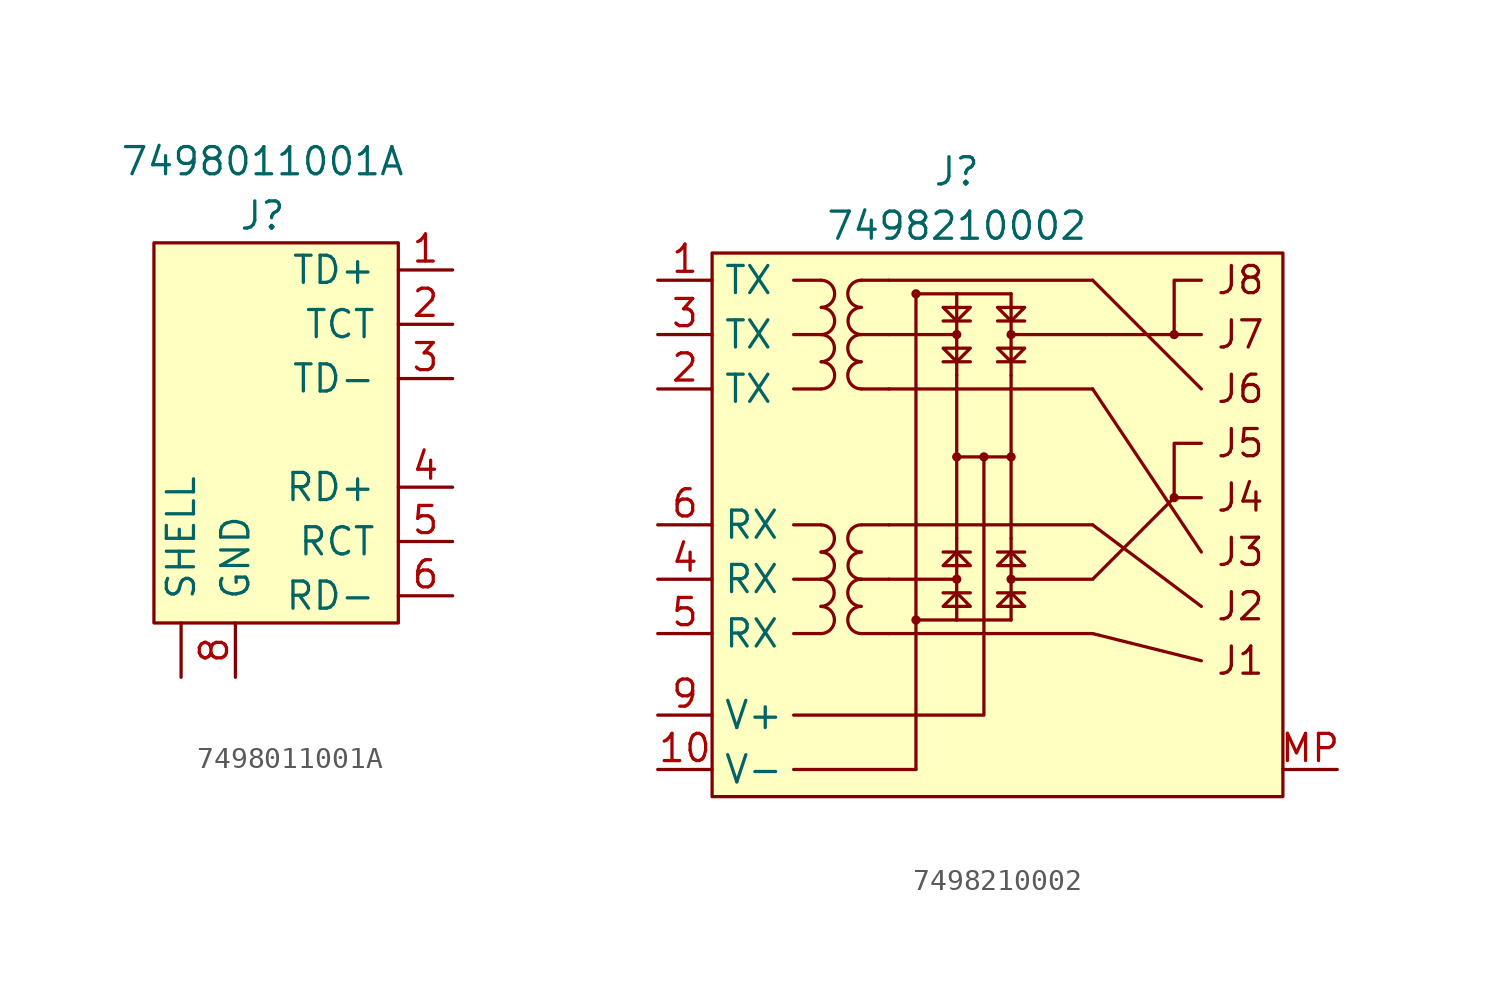
<source format=kicad_sym>
(kicad_symbol_lib
  (version 20211014)
  (generator kicad_symbol_editor)
  (symbol "7498011001A"
    (pin_names
      (offset 1.016))
    (property "Reference" "J"
      (at 0 10.16 0)
      (effects (font (size 1.27 1.27))))
    (property "Value" "7498011001A"
      (at 0 12.7 0)
      (effects (font (size 1.27 1.27))))
    (symbol "7498011001A_0_1"
      (rectangle (start 6.35 -8.89) (end -5.08 8.89) (stroke (width 0) (type default) (color 0 0 0 0)) (fill (type background))))
    (symbol "7498011001A_1_1"
      (pin input line (at 8.89 7.62 180) (length 2.54) (name "TD+" (effects (font (size 1.27 1.27)))) (number "1" (effects (font (size 1.27 1.27)))))
      (pin input line (at 8.89 5.08 180) (length 2.54) (name "TCT" (effects (font (size 1.27 1.27)))) (number "2" (effects (font (size 1.27 1.27)))))
      (pin input line (at 8.89 2.54 180) (length 2.54) (name "TD-" (effects (font (size 1.27 1.27)))) (number "3" (effects (font (size 1.27 1.27)))))
      (pin input line (at 8.89 -2.54 180) (length 2.54) (name "RD+" (effects (font (size 1.27 1.27)))) (number "4" (effects (font (size 1.27 1.27)))))
      (pin input line (at 8.89 -5.08 180) (length 2.54) (name "RCT" (effects (font (size 1.27 1.27)))) (number "5" (effects (font (size 1.27 1.27)))))
      (pin input line (at 8.89 -7.62 180) (length 2.54) (name "RD-" (effects (font (size 1.27 1.27)))) (number "6" (effects (font (size 1.27 1.27)))))
      (pin input line (at -1.27 -11.43 90) (length 2.54) (name "GND" (effects (font (size 1.27 1.27)))) (number "8" (effects (font (size 1.27 1.27)))))
      (pin input line (at -3.81 -11.43 90) (length 2.54) (name "SHELL" (effects (font (size 1.27 1.27)))) (number "~" (effects (font (size 1.27 1.27)))))))
  (symbol "7498210002"
    (property "Reference" "J"
      (at 0 16.51 0)
      (effects (font (size 1.27 1.27))))
    (property "Value" "7498210002"
      (at 0 13.97 0)
      (effects (font (size 1.27 1.27))))
    (symbol "7498210002_0_0"
      (text "J1" (at 12.065 -6.35 0) (effects (font (size 1.27 1.27)) (justify left)))
      (text "J2" (at 12.065 -3.81 0) (effects (font (size 1.27 1.27)) (justify left)))
      (text "J3" (at 12.065 -1.27 0) (effects (font (size 1.27 1.27)) (justify left)))
      (text "J4" (at 12.065 1.27 0) (effects (font (size 1.27 1.27)) (justify left)))
      (text "J5" (at 12.065 3.81 0) (effects (font (size 1.27 1.27)) (justify left)))
      (text "J6" (at 12.065 6.35 0) (effects (font (size 1.27 1.27)) (justify left)))
      (text "J7" (at 12.065 8.89 0) (effects (font (size 1.27 1.27)) (justify left)))
      (text "J8" (at 12.065 11.43 0) (effects (font (size 1.27 1.27)) (justify left))))
    (symbol "7498210002_0_1"
      (rectangle (start -11.43 12.7) (end 15.24 -12.7) (stroke (width 0) (type default) (color 0 0 0 0)) (fill (type background)))
      (arc (start -6.35 -3.81) (mid -5.7262 -3.175) (end -6.35 -2.54) (stroke (width 0) (type default) (color 0 0 0 0)) (fill (type none)))
      (arc (start -6.3387 -5.08) (mid -5.7149 -4.445) (end -6.3387 -3.81) (stroke (width 0) (type default) (color 0 0 0 0)) (fill (type none)))
      (arc (start -6.3387 -2.54) (mid -5.7149 -1.905) (end -6.3387 -1.27) (stroke (width 0) (type default) (color 0 0 0 0)) (fill (type none)))
      (arc (start -6.3387 -1.27) (mid -5.7149 -0.635) (end -6.3387 0) (stroke (width 0) (type default) (color 0 0 0 0)) (fill (type none)))
      (arc (start -6.3387 7.62) (mid -5.7149 8.255) (end -6.3387 8.89) (stroke (width 0) (type default) (color 0 0 0 0)) (fill (type none)))
      (arc (start -6.3274 6.35) (mid -5.7036 6.985) (end -6.3274 7.62) (stroke (width 0) (type default) (color 0 0 0 0)) (fill (type none)))
      (arc (start -6.3274 8.89) (mid -5.7036 9.525) (end -6.3274 10.16) (stroke (width 0) (type default) (color 0 0 0 0)) (fill (type none)))
      (arc (start -6.3274 10.16) (mid -5.7036 10.795) (end -6.3274 11.43) (stroke (width 0) (type default) (color 0 0 0 0)) (fill (type none)))
      (arc (start -4.4676 -3.81) (mid -5.0914 -4.445) (end -4.4676 -5.08) (stroke (width 0) (type default) (color 0 0 0 0)) (fill (type none)))
      (arc (start -4.4676 -2.54) (mid -5.0914 -3.175) (end -4.4676 -3.81) (stroke (width 0) (type default) (color 0 0 0 0)) (fill (type none)))
      (arc (start -4.4676 0) (mid -5.0914 -0.635) (end -4.4676 -1.27) (stroke (width 0) (type default) (color 0 0 0 0)) (fill (type none)))
      (arc (start -4.4676 7.62) (mid -5.0914 6.985) (end -4.4676 6.35) (stroke (width 0) (type default) (color 0 0 0 0)) (fill (type none)))
      (arc (start -4.4676 8.89) (mid -5.0914 8.255) (end -4.4676 7.62) (stroke (width 0) (type default) (color 0 0 0 0)) (fill (type none)))
      (arc (start -4.4676 11.43) (mid -5.0914 10.795) (end -4.4676 10.16) (stroke (width 0) (type default) (color 0 0 0 0)) (fill (type none)))
      (arc (start -4.4563 -1.27) (mid -5.0801 -1.905) (end -4.4563 -2.54) (stroke (width 0) (type default) (color 0 0 0 0)) (fill (type none)))
      (arc (start -4.4563 10.16) (mid -5.0801 9.525) (end -4.4563 8.89) (stroke (width 0) (type default) (color 0 0 0 0)) (fill (type none)))
      (circle (center -1.905 -4.445) (radius 0.141) (stroke (width 0) (type default) (color 0 0 0 0)) (fill (type none)))
      (circle (center -1.905 10.795) (radius 0.141) (stroke (width 0) (type default) (color 0 0 0 0)) (fill (type none)))
      (circle (center 0 -2.54) (radius 0.141) (stroke (width 0) (type default) (color 0 0 0 0)) (fill (type none)))
      (polyline (pts (xy -7.62 -11.43) (xy -1.905 -11.43)) (stroke (width 0) (type default) (color 0 0 0 0)) (fill (type none)))
      (polyline (pts (xy -7.62 -5.08) (xy -6.35 -5.08)) (stroke (width 0) (type default) (color 0 0 0 0)) (fill (type none)))
      (polyline (pts (xy -7.62 -2.54) (xy -6.35 -2.54)) (stroke (width 0) (type default) (color 0 0 0 0)) (fill (type none)))
      (polyline (pts (xy -7.62 0) (xy -6.35 0)) (stroke (width 0) (type default) (color 0 0 0 0)) (fill (type none)))
      (polyline (pts (xy -7.62 6.35) (xy -6.35 6.35)) (stroke (width 0) (type default) (color 0 0 0 0)) (fill (type none)))
      (polyline (pts (xy -7.62 8.89) (xy -6.35 8.89)) (stroke (width 0) (type default) (color 0 0 0 0)) (fill (type none)))
      (polyline (pts (xy -7.62 11.43) (xy -6.35 11.43)) (stroke (width 0) (type default) (color 0 0 0 0)) (fill (type none)))
      (polyline (pts (xy -4.445 -5.08) (xy -3.175 -5.08)) (stroke (width 0) (type default) (color 0 0 0 0)) (fill (type none)))
      (polyline (pts (xy -4.445 -2.54) (xy -3.175 -2.54)) (stroke (width 0) (type default) (color 0 0 0 0)) (fill (type none)))
      (polyline (pts (xy -4.445 0) (xy -3.175 0)) (stroke (width 0) (type default) (color 0 0 0 0)) (fill (type none)))
      (polyline (pts (xy -4.445 6.35) (xy -3.175 6.35)) (stroke (width 0) (type default) (color 0 0 0 0)) (fill (type none)))
      (polyline (pts (xy -4.445 8.89) (xy -3.175 8.89)) (stroke (width 0) (type default) (color 0 0 0 0)) (fill (type none)))
      (polyline (pts (xy -4.445 11.43) (xy -3.175 11.43)) (stroke (width 0) (type default) (color 0 0 0 0)) (fill (type none)))
      (polyline (pts (xy -3.175 -5.08) (xy 6.35 -5.08)) (stroke (width 0) (type default) (color 0 0 0 0)) (fill (type none)))
      (polyline (pts (xy -3.175 -2.54) (xy 0 -2.54)) (stroke (width 0) (type default) (color 0 0 0 0)) (fill (type none)))
      (polyline (pts (xy -3.175 0) (xy 6.35 0)) (stroke (width 0) (type default) (color 0 0 0 0)) (fill (type none)))
      (polyline (pts (xy -3.175 6.35) (xy 6.35 6.35)) (stroke (width 0) (type default) (color 0 0 0 0)) (fill (type none)))
      (polyline (pts (xy -3.175 8.89) (xy 0 8.89)) (stroke (width 0) (type default) (color 0 0 0 0)) (fill (type none)))
      (polyline (pts (xy -3.175 11.43) (xy 6.35 11.43)) (stroke (width 0) (type default) (color 0 0 0 0)) (fill (type none)))
      (polyline (pts (xy -0.635 -3.175) (xy 0.635 -3.175)) (stroke (width 0) (type default) (color 0 0 0 0)) (fill (type none)))
      (polyline (pts (xy -0.635 -1.27) (xy 0.635 -1.27)) (stroke (width 0) (type default) (color 0 0 0 0)) (fill (type none)))
      (polyline (pts (xy 0 -4.445) (xy -1.905 -4.445)) (stroke (width 0) (type default) (color 0 0 0 0)) (fill (type none)))
      (polyline (pts (xy 0 -0.635) (xy 0 -4.445)) (stroke (width 0) (type default) (color 0 0 0 0)) (fill (type none)))
      (polyline (pts (xy 0 -0.635) (xy 0 6.985)) (stroke (width 0) (type default) (color 0 0 0 0)) (fill (type none)))
      (polyline (pts (xy 0 3.175) (xy 2.54 3.175)) (stroke (width 0) (type default) (color 0 0 0 0)) (fill (type none)))
      (polyline (pts (xy 0 6.985) (xy 0 10.795)) (stroke (width 0) (type default) (color 0 0 0 0)) (fill (type none)))
      (polyline (pts (xy 0.635 7.62) (xy -0.635 7.62)) (stroke (width 0) (type default) (color 0 0 0 0)) (fill (type none)))
      (polyline (pts (xy 0.635 9.525) (xy -0.635 9.525)) (stroke (width 0) (type default) (color 0 0 0 0)) (fill (type none)))
      (polyline (pts (xy 1.905 -3.175) (xy 3.175 -3.175)) (stroke (width 0) (type default) (color 0 0 0 0)) (fill (type none)))
      (polyline (pts (xy 1.905 -1.27) (xy 3.175 -1.27)) (stroke (width 0) (type default) (color 0 0 0 0)) (fill (type none)))
      (polyline (pts (xy 2.54 -4.445) (xy 0 -4.445)) (stroke (width 0) (type default) (color 0 0 0 0)) (fill (type none)))
      (polyline (pts (xy 2.54 -0.635) (xy 2.54 -4.445)) (stroke (width 0) (type default) (color 0 0 0 0)) (fill (type none)))
      (polyline (pts (xy 2.54 6.985) (xy 2.54 -0.635)) (stroke (width 0) (type default) (color 0 0 0 0)) (fill (type none)))
      (polyline (pts (xy 2.54 6.985) (xy 2.54 10.795)) (stroke (width 0) (type default) (color 0 0 0 0)) (fill (type none)))
      (polyline (pts (xy 2.54 8.89) (xy 6.985 8.89)) (stroke (width 0) (type default) (color 0 0 0 0)) (fill (type none)))
      (polyline (pts (xy 2.54 10.795) (xy 0 10.795)) (stroke (width 0) (type default) (color 0 0 0 0)) (fill (type none)))
      (polyline (pts (xy 3.175 7.62) (xy 1.905 7.62)) (stroke (width 0) (type default) (color 0 0 0 0)) (fill (type none)))
      (polyline (pts (xy 3.175 9.525) (xy 1.905 9.525)) (stroke (width 0) (type default) (color 0 0 0 0)) (fill (type none)))
      (polyline (pts (xy 6.35 -5.08) (xy 11.43 -6.35)) (stroke (width 0) (type default) (color 0 0 0 0)) (fill (type none)))
      (polyline (pts (xy 6.35 -2.54) (xy 2.54 -2.54)) (stroke (width 0) (type default) (color 0 0 0 0)) (fill (type none)))
      (polyline (pts (xy 6.35 -2.54) (xy 10.16 1.27)) (stroke (width 0) (type default) (color 0 0 0 0)) (fill (type none)))
      (polyline (pts (xy 6.35 0) (xy 11.43 -3.81)) (stroke (width 0) (type default) (color 0 0 0 0)) (fill (type none)))
      (polyline (pts (xy 6.35 6.35) (xy 11.43 -1.27)) (stroke (width 0) (type default) (color 0 0 0 0)) (fill (type none)))
      (polyline (pts (xy 6.35 11.43) (xy 11.43 6.35)) (stroke (width 0) (type default) (color 0 0 0 0)) (fill (type none)))
      (polyline (pts (xy 6.985 8.89) (xy 10.16 8.89)) (stroke (width 0) (type default) (color 0 0 0 0)) (fill (type none)))
      (polyline (pts (xy -7.62 -8.89) (xy 1.27 -8.89) (xy 1.27 3.175)) (stroke (width 0) (type default) (color 0 0 0 0)) (fill (type none)))
      (polyline (pts (xy 0 10.795) (xy -1.905 10.795) (xy -1.905 -11.43)) (stroke (width 0) (type default) (color 0 0 0 0)) (fill (type none)))
      (polyline (pts (xy 0 -3.175) (xy -0.635 -3.81) (xy 0.635 -3.81) (xy 0 -3.175)) (stroke (width 0) (type default) (color 0 0 0 0)) (fill (type none)))
      (polyline (pts (xy 0 -1.27) (xy -0.635 -1.905) (xy 0.635 -1.905) (xy 0 -1.27)) (stroke (width 0) (type default) (color 0 0 0 0)) (fill (type none)))
      (polyline (pts (xy 0 7.62) (xy 0.635 8.255) (xy -0.635 8.255) (xy 0 7.62)) (stroke (width 0) (type default) (color 0 0 0 0)) (fill (type none)))
      (polyline (pts (xy 0 9.525) (xy 0.635 10.16) (xy -0.635 10.16) (xy 0 9.525)) (stroke (width 0) (type default) (color 0 0 0 0)) (fill (type none)))
      (polyline (pts (xy 2.54 -3.175) (xy 1.905 -3.81) (xy 3.175 -3.81) (xy 2.54 -3.175)) (stroke (width 0) (type default) (color 0 0 0 0)) (fill (type none)))
      (polyline (pts (xy 2.54 -1.27) (xy 1.905 -1.905) (xy 3.175 -1.905) (xy 2.54 -1.27)) (stroke (width 0) (type default) (color 0 0 0 0)) (fill (type none)))
      (polyline (pts (xy 2.54 7.62) (xy 3.175 8.255) (xy 1.905 8.255) (xy 2.54 7.62)) (stroke (width 0) (type default) (color 0 0 0 0)) (fill (type none)))
      (polyline (pts (xy 2.54 9.525) (xy 3.175 10.16) (xy 1.905 10.16) (xy 2.54 9.525)) (stroke (width 0) (type default) (color 0 0 0 0)) (fill (type none)))
      (polyline (pts (xy 11.43 3.81) (xy 10.16 3.81) (xy 10.16 1.27) (xy 11.43 1.27)) (stroke (width 0) (type default) (color 0 0 0 0)) (fill (type none)))
      (polyline (pts (xy 11.43 11.43) (xy 10.16 11.43) (xy 10.16 8.89) (xy 11.43 8.89)) (stroke (width 0) (type default) (color 0 0 0 0)) (fill (type none)))
      (circle (center 0 3.175) (radius 0.141) (stroke (width 0) (type default) (color 0 0 0 0)) (fill (type none)))
      (circle (center 0 8.89) (radius 0.141) (stroke (width 0) (type default) (color 0 0 0 0)) (fill (type none)))
      (circle (center 1.27 3.175) (radius 0.141) (stroke (width 0) (type default) (color 0 0 0 0)) (fill (type none)))
      (circle (center 2.54 -2.54) (radius 0.141) (stroke (width 0) (type default) (color 0 0 0 0)) (fill (type none)))
      (circle (center 2.54 3.175) (radius 0.141) (stroke (width 0) (type default) (color 0 0 0 0)) (fill (type none)))
      (circle (center 2.54 8.89) (radius 0.141) (stroke (width 0) (type default) (color 0 0 0 0)) (fill (type none)))
      (circle (center 10.16 1.27) (radius 0.141) (stroke (width 0) (type default) (color 0 0 0 0)) (fill (type none)))
      (circle (center 10.16 8.89) (radius 0.141) (stroke (width 0) (type default) (color 0 0 0 0)) (fill (type none))))
    (symbol "7498210002_1_1"
      (pin input line (at -13.97 11.43 0) (length 2.54) (name "TX" (effects (font (size 1.27 1.27)))) (number "1" (effects (font (size 1.27 1.27)))))
      (pin input line (at -13.97 -11.43 0) (length 2.54) (name "V-" (effects (font (size 1.27 1.27)))) (number "10" (effects (font (size 1.27 1.27)))))
      (pin input line (at -13.97 6.35 0) (length 2.54) (name "TX" (effects (font (size 1.27 1.27)))) (number "2" (effects (font (size 1.27 1.27)))))
      (pin input line (at -13.97 8.89 0) (length 2.54) (name "TX" (effects (font (size 1.27 1.27)))) (number "3" (effects (font (size 1.27 1.27)))))
      (pin input line (at -13.97 -2.54 0) (length 2.54) (name "RX" (effects (font (size 1.27 1.27)))) (number "4" (effects (font (size 1.27 1.27)))))
      (pin input line (at -13.97 -5.08 0) (length 2.54) (name "RX" (effects (font (size 1.27 1.27)))) (number "5" (effects (font (size 1.27 1.27)))))
      (pin input line (at -13.97 0 0) (length 2.54) (name "RX" (effects (font (size 1.27 1.27)))) (number "6" (effects (font (size 1.27 1.27)))))
      (pin input line (at -13.97 -8.89 0) (length 2.54) (name "V+" (effects (font (size 1.27 1.27)))) (number "9" (effects (font (size 1.27 1.27)))))
      (pin input line (at 17.78 -11.43 180) (length 2.54) (name "" (effects (font (size 1.27 1.27)))) (number "MP" (effects (font (size 1.27 1.27))))))))
</source>
